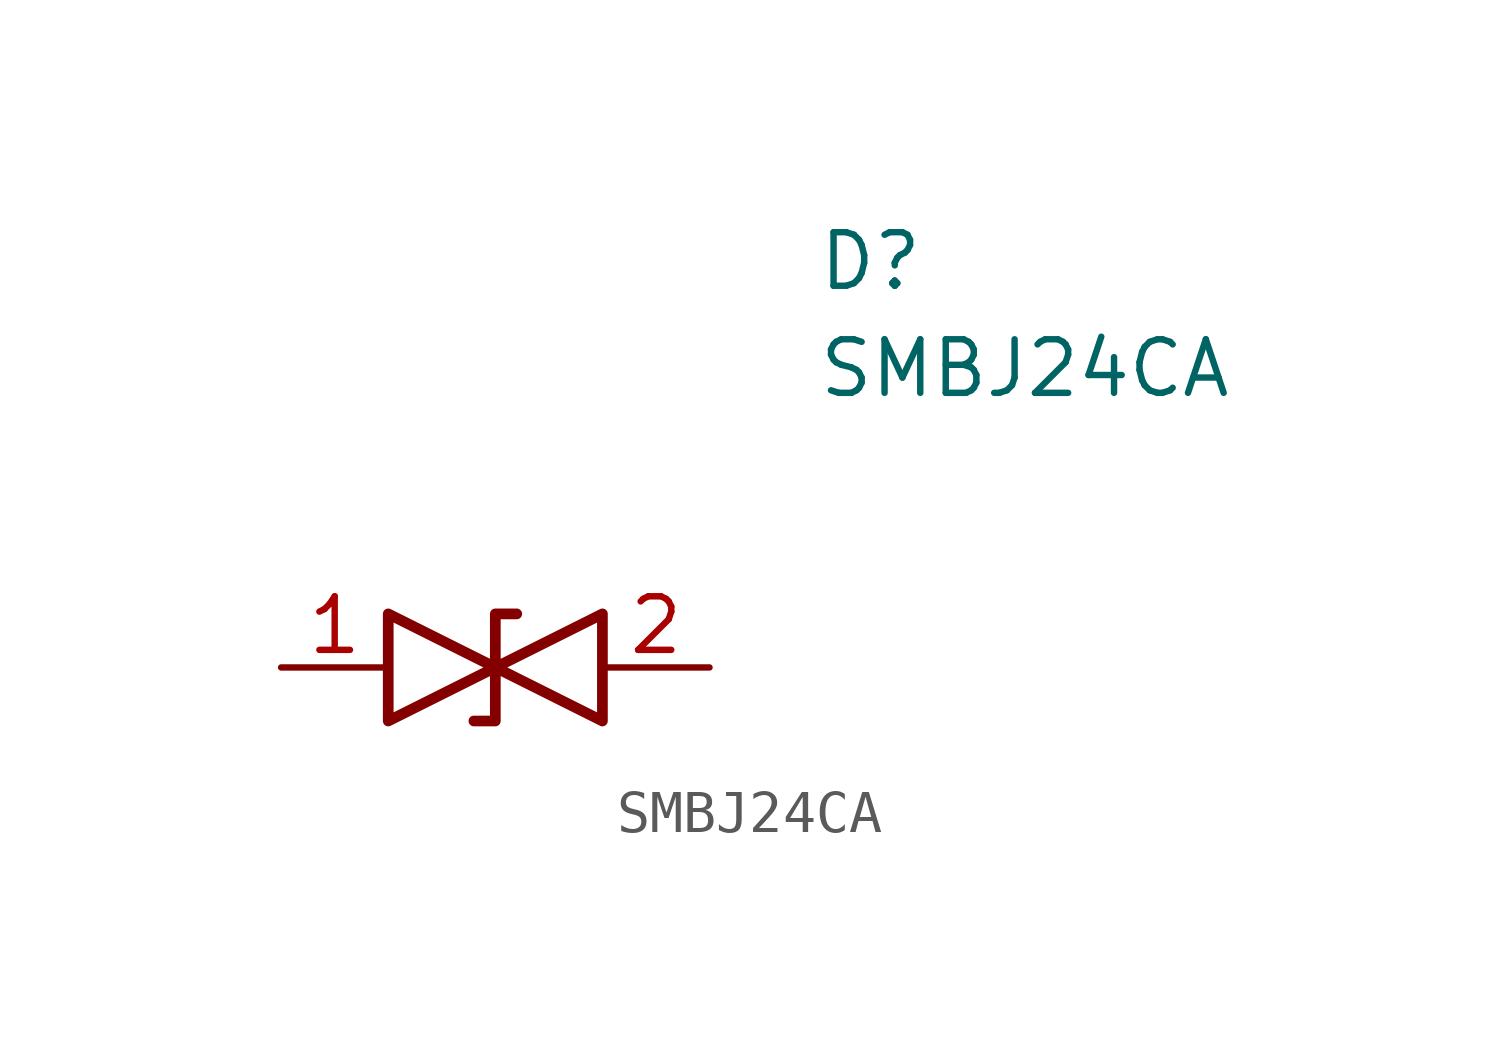
<source format=kicad_sym>
(kicad_symbol_lib
  (version 20220914)
  (generator kicad_symbol_editor)
  (symbol "SMBJ24CA"
    (pin_names hide)
    (property "Reference" "D"
      (at 12.7 8.89 0)
      (effects (font (size 1.27 1.27)) (justify left bottom)))
    (property "Value" "SMBJ24CA"
      (at 12.7 6.35 0)
      (effects (font (size 1.27 1.27)) (justify left bottom)))
    (symbol "SMBJ24CA_0_1"
      (polyline (pts (xy 5.588 1.27) (xy 5.08 1.27) (xy 5.08 -1.27) (xy 4.572 -1.27)) (stroke (width 0.254) (type default)) (fill (type none)))
      (polyline (pts (xy 2.54 1.27) (xy 2.54 -1.27) (xy 7.62 1.27) (xy 7.62 -1.27) (xy 2.54 1.27)) (stroke (width 0.254) (type default)) (fill (type none))))
    (symbol "SMBJ24CA_1_1"
      (pin passive line (at 0 0 0) (length 2.54) (name "" (effects (font (size 1.27 1.27)))) (number "1" (effects (font (size 1.27 1.27)))))
      (pin passive line (at 10.16 0 180) (length 2.54) (name "" (effects (font (size 1.27 1.27)))) (number "2" (effects (font (size 1.27 1.27))))))))
</source>
